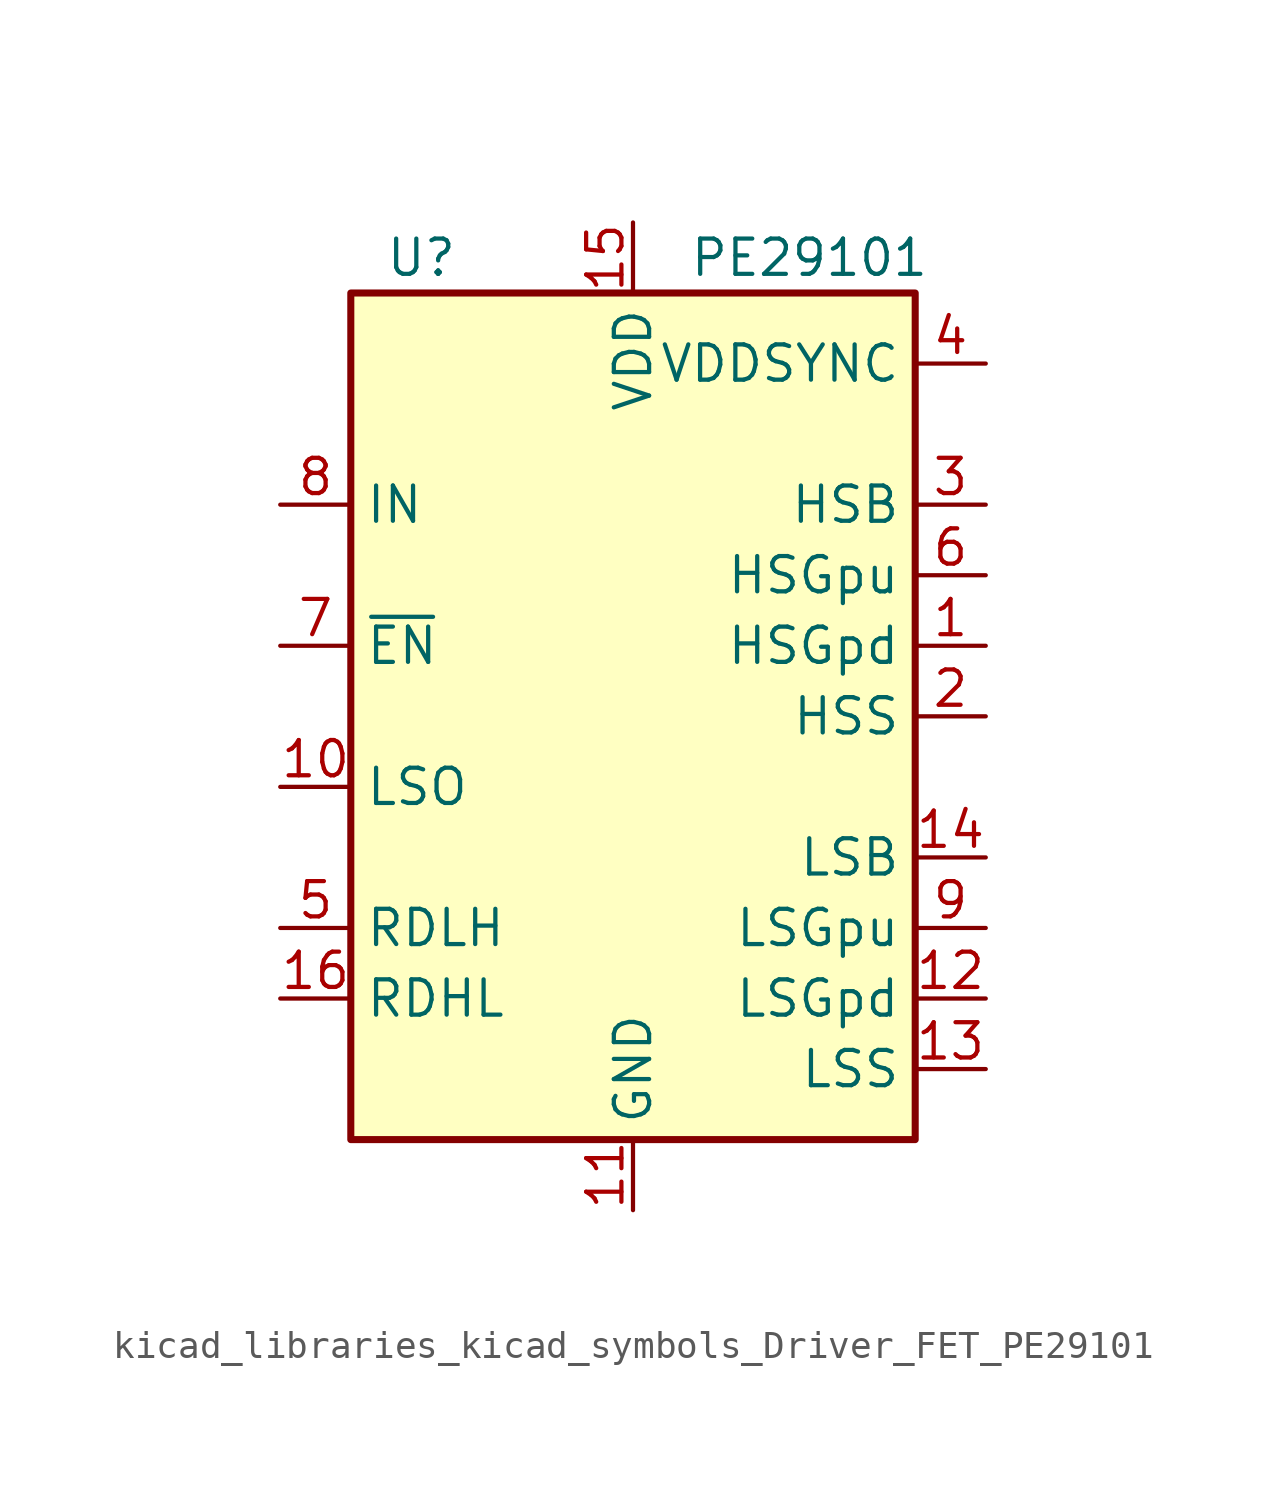
<source format=kicad_sym>
(kicad_symbol_lib
  (version 20220914)
  (generator kicad_symbol_editor)
  (symbol "kicad_libraries_kicad_symbols_Driver_FET_PE29101"
    (property "Reference" "U"
      (at -7.62 16.51 0)
      (effects (font (size 1.27 1.27))))
    (property "Value" "PE29101"
      (at 6.35 16.51 0)
      (effects (font (size 1.27 1.27))))
    (symbol "kicad_libraries_kicad_symbols_Driver_FET_PE29101_0_1"
      (rectangle (start 10.16 15.24) (end -10.16 -15.24) (stroke (width 0.254) (type default)) (fill (type background))))
    (symbol "kicad_libraries_kicad_symbols_Driver_FET_PE29101_1_1"
      (pin output line (at 12.7 2.54 180) (length 2.54) (name "HSGpd" (effects (font (size 1.27 1.27)))) (number "1" (effects (font (size 1.27 1.27)))))
      (pin output line (at -12.7 -2.54 0) (length 2.54) (name "LSO" (effects (font (size 1.27 1.27)))) (number "10" (effects (font (size 1.27 1.27)))))
      (pin power_in line (at 0 -17.78 90) (length 2.54) (name "GND" (effects (font (size 1.27 1.27)))) (number "11" (effects (font (size 1.27 1.27)))))
      (pin output line (at 12.7 -10.16 180) (length 2.54) (name "LSGpd" (effects (font (size 1.27 1.27)))) (number "12" (effects (font (size 1.27 1.27)))))
      (pin passive line (at 12.7 -12.7 180) (length 2.54) (name "LSS" (effects (font (size 1.27 1.27)))) (number "13" (effects (font (size 1.27 1.27)))))
      (pin input line (at 12.7 -5.08 180) (length 2.54) (name "LSB" (effects (font (size 1.27 1.27)))) (number "14" (effects (font (size 1.27 1.27)))))
      (pin power_in line (at 0 17.78 270) (length 2.54) (name "VDD" (effects (font (size 1.27 1.27)))) (number "15" (effects (font (size 1.27 1.27)))))
      (pin passive line (at -12.7 -10.16 0) (length 2.54) (name "RDHL" (effects (font (size 1.27 1.27)))) (number "16" (effects (font (size 1.27 1.27)))))
      (pin passive line (at 12.7 0 180) (length 2.54) (name "HSS" (effects (font (size 1.27 1.27)))) (number "2" (effects (font (size 1.27 1.27)))))
      (pin input line (at 12.7 7.62 180) (length 2.54) (name "HSB" (effects (font (size 1.27 1.27)))) (number "3" (effects (font (size 1.27 1.27)))))
      (pin passive line (at 12.7 12.7 180) (length 2.54) (name "VDDSYNC" (effects (font (size 1.27 1.27)))) (number "4" (effects (font (size 1.27 1.27)))))
      (pin passive line (at -12.7 -7.62 0) (length 2.54) (name "RDLH" (effects (font (size 1.27 1.27)))) (number "5" (effects (font (size 1.27 1.27)))))
      (pin output line (at 12.7 5.08 180) (length 2.54) (name "HSGpu" (effects (font (size 1.27 1.27)))) (number "6" (effects (font (size 1.27 1.27)))))
      (pin input line (at -12.7 2.54 0) (length 2.54) (name "~{EN}" (effects (font (size 1.27 1.27)))) (number "7" (effects (font (size 1.27 1.27)))))
      (pin input line (at -12.7 7.62 0) (length 2.54) (name "IN" (effects (font (size 1.27 1.27)))) (number "8" (effects (font (size 1.27 1.27)))))
      (pin output line (at 12.7 -7.62 180) (length 2.54) (name "LSGpu" (effects (font (size 1.27 1.27)))) (number "9" (effects (font (size 1.27 1.27))))))))
</source>
